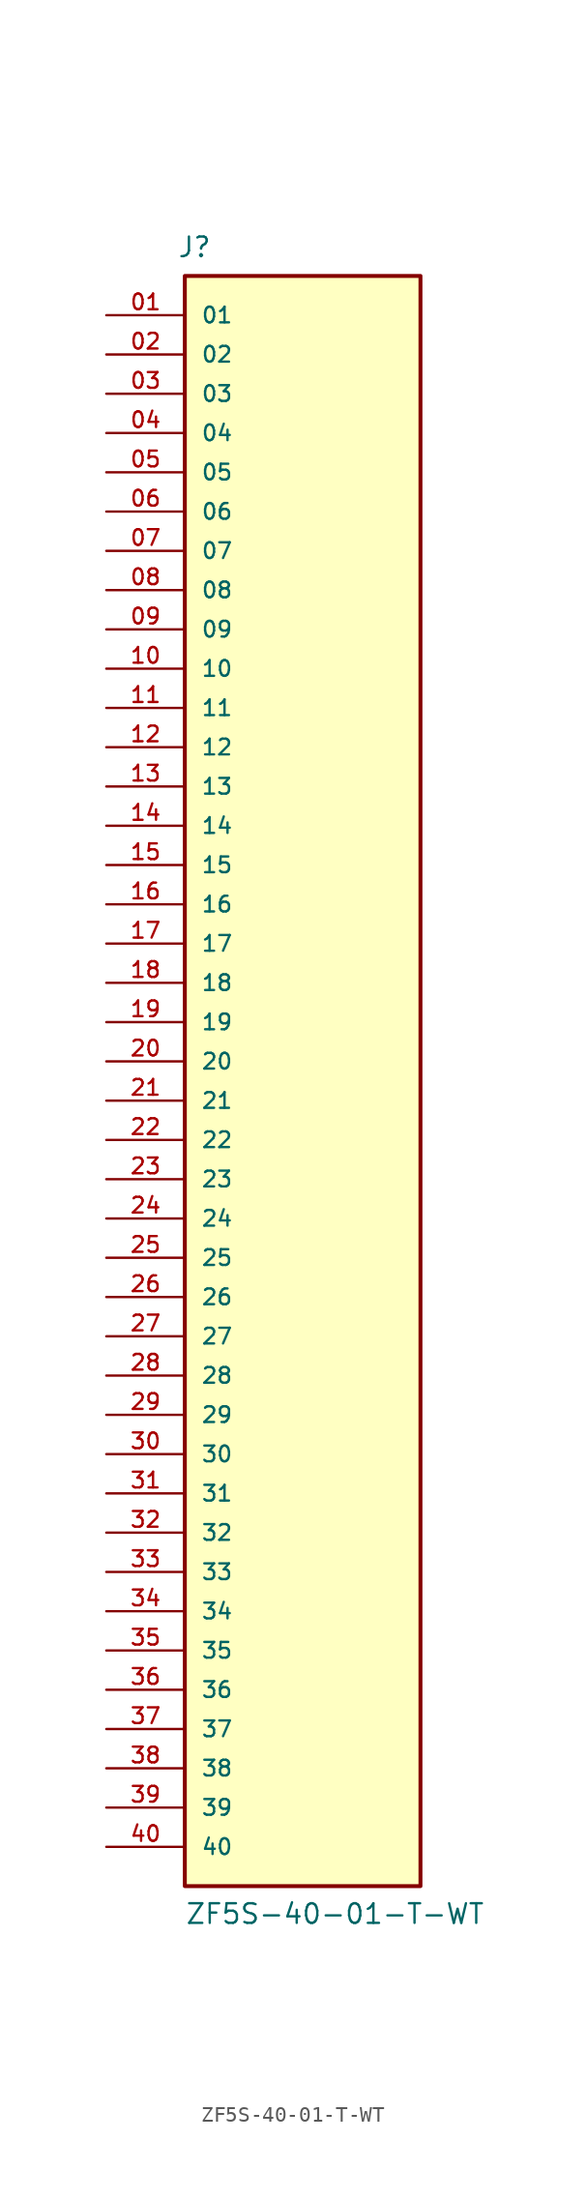
<source format=kicad_sym>
(kicad_symbol_lib
  (version 20211014)
  (generator kicad_symbol_editor)
  (symbol "ZF5S-40-01-T-WT"
    (pin_names
      (offset 1.016))
    (property "Reference" "J"
      (at -8.12 51.916 0)
      (effects (font (size 1.27 1.27)) (justify bottom left)))
    (property "Value" "ZF5S-40-01-T-WT"
      (at -7.62 -55.88 0)
      (effects (font (size 1.27 1.27)) (justify bottom left)))
    (symbol "ZF5S-40-01-T-WT_0_0"
      (rectangle (start -7.62 -53.34) (end 7.62 50.8) (stroke (width 0.254)) (fill (type background)))
      (pin passive line (at -12.7 48.26 0) (length 5.08) (name "01" (effects (font (size 1.016 1.016)))) (number "01" (effects (font (size 1.016 1.016)))))
      (pin passive line (at -12.7 45.72 0) (length 5.08) (name "02" (effects (font (size 1.016 1.016)))) (number "02" (effects (font (size 1.016 1.016)))))
      (pin passive line (at -12.7 43.18 0) (length 5.08) (name "03" (effects (font (size 1.016 1.016)))) (number "03" (effects (font (size 1.016 1.016)))))
      (pin passive line (at -12.7 40.64 0) (length 5.08) (name "04" (effects (font (size 1.016 1.016)))) (number "04" (effects (font (size 1.016 1.016)))))
      (pin passive line (at -12.7 38.1 0) (length 5.08) (name "05" (effects (font (size 1.016 1.016)))) (number "05" (effects (font (size 1.016 1.016)))))
      (pin passive line (at -12.7 35.56 0) (length 5.08) (name "06" (effects (font (size 1.016 1.016)))) (number "06" (effects (font (size 1.016 1.016)))))
      (pin passive line (at -12.7 33.02 0) (length 5.08) (name "07" (effects (font (size 1.016 1.016)))) (number "07" (effects (font (size 1.016 1.016)))))
      (pin passive line (at -12.7 30.48 0) (length 5.08) (name "08" (effects (font (size 1.016 1.016)))) (number "08" (effects (font (size 1.016 1.016)))))
      (pin passive line (at -12.7 27.94 0) (length 5.08) (name "09" (effects (font (size 1.016 1.016)))) (number "09" (effects (font (size 1.016 1.016)))))
      (pin passive line (at -12.7 25.4 0) (length 5.08) (name "10" (effects (font (size 1.016 1.016)))) (number "10" (effects (font (size 1.016 1.016)))))
      (pin passive line (at -12.7 22.86 0) (length 5.08) (name "11" (effects (font (size 1.016 1.016)))) (number "11" (effects (font (size 1.016 1.016)))))
      (pin passive line (at -12.7 20.32 0) (length 5.08) (name "12" (effects (font (size 1.016 1.016)))) (number "12" (effects (font (size 1.016 1.016)))))
      (pin passive line (at -12.7 17.78 0) (length 5.08) (name "13" (effects (font (size 1.016 1.016)))) (number "13" (effects (font (size 1.016 1.016)))))
      (pin passive line (at -12.7 15.24 0) (length 5.08) (name "14" (effects (font (size 1.016 1.016)))) (number "14" (effects (font (size 1.016 1.016)))))
      (pin passive line (at -12.7 12.7 0) (length 5.08) (name "15" (effects (font (size 1.016 1.016)))) (number "15" (effects (font (size 1.016 1.016)))))
      (pin passive line (at -12.7 10.16 0) (length 5.08) (name "16" (effects (font (size 1.016 1.016)))) (number "16" (effects (font (size 1.016 1.016)))))
      (pin passive line (at -12.7 7.62 0) (length 5.08) (name "17" (effects (font (size 1.016 1.016)))) (number "17" (effects (font (size 1.016 1.016)))))
      (pin passive line (at -12.7 5.08 0) (length 5.08) (name "18" (effects (font (size 1.016 1.016)))) (number "18" (effects (font (size 1.016 1.016)))))
      (pin passive line (at -12.7 2.54 0) (length 5.08) (name "19" (effects (font (size 1.016 1.016)))) (number "19" (effects (font (size 1.016 1.016)))))
      (pin passive line (at -12.7 0.0 0) (length 5.08) (name "20" (effects (font (size 1.016 1.016)))) (number "20" (effects (font (size 1.016 1.016)))))
      (pin passive line (at -12.7 -2.54 0) (length 5.08) (name "21" (effects (font (size 1.016 1.016)))) (number "21" (effects (font (size 1.016 1.016)))))
      (pin passive line (at -12.7 -5.08 0) (length 5.08) (name "22" (effects (font (size 1.016 1.016)))) (number "22" (effects (font (size 1.016 1.016)))))
      (pin passive line (at -12.7 -7.62 0) (length 5.08) (name "23" (effects (font (size 1.016 1.016)))) (number "23" (effects (font (size 1.016 1.016)))))
      (pin passive line (at -12.7 -10.16 0) (length 5.08) (name "24" (effects (font (size 1.016 1.016)))) (number "24" (effects (font (size 1.016 1.016)))))
      (pin passive line (at -12.7 -12.7 0) (length 5.08) (name "25" (effects (font (size 1.016 1.016)))) (number "25" (effects (font (size 1.016 1.016)))))
      (pin passive line (at -12.7 -15.24 0) (length 5.08) (name "26" (effects (font (size 1.016 1.016)))) (number "26" (effects (font (size 1.016 1.016)))))
      (pin passive line (at -12.7 -17.78 0) (length 5.08) (name "27" (effects (font (size 1.016 1.016)))) (number "27" (effects (font (size 1.016 1.016)))))
      (pin passive line (at -12.7 -20.32 0) (length 5.08) (name "28" (effects (font (size 1.016 1.016)))) (number "28" (effects (font (size 1.016 1.016)))))
      (pin passive line (at -12.7 -22.86 0) (length 5.08) (name "29" (effects (font (size 1.016 1.016)))) (number "29" (effects (font (size 1.016 1.016)))))
      (pin passive line (at -12.7 -25.4 0) (length 5.08) (name "30" (effects (font (size 1.016 1.016)))) (number "30" (effects (font (size 1.016 1.016)))))
      (pin passive line (at -12.7 -27.94 0) (length 5.08) (name "31" (effects (font (size 1.016 1.016)))) (number "31" (effects (font (size 1.016 1.016)))))
      (pin passive line (at -12.7 -30.48 0) (length 5.08) (name "32" (effects (font (size 1.016 1.016)))) (number "32" (effects (font (size 1.016 1.016)))))
      (pin passive line (at -12.7 -33.02 0) (length 5.08) (name "33" (effects (font (size 1.016 1.016)))) (number "33" (effects (font (size 1.016 1.016)))))
      (pin passive line (at -12.7 -35.56 0) (length 5.08) (name "34" (effects (font (size 1.016 1.016)))) (number "34" (effects (font (size 1.016 1.016)))))
      (pin passive line (at -12.7 -38.1 0) (length 5.08) (name "35" (effects (font (size 1.016 1.016)))) (number "35" (effects (font (size 1.016 1.016)))))
      (pin passive line (at -12.7 -40.64 0) (length 5.08) (name "36" (effects (font (size 1.016 1.016)))) (number "36" (effects (font (size 1.016 1.016)))))
      (pin passive line (at -12.7 -43.18 0) (length 5.08) (name "37" (effects (font (size 1.016 1.016)))) (number "37" (effects (font (size 1.016 1.016)))))
      (pin passive line (at -12.7 -45.72 0) (length 5.08) (name "38" (effects (font (size 1.016 1.016)))) (number "38" (effects (font (size 1.016 1.016)))))
      (pin passive line (at -12.7 -48.26 0) (length 5.08) (name "39" (effects (font (size 1.016 1.016)))) (number "39" (effects (font (size 1.016 1.016)))))
      (pin passive line (at -12.7 -50.8 0) (length 5.08) (name "40" (effects (font (size 1.016 1.016)))) (number "40" (effects (font (size 1.016 1.016))))))))
</source>
